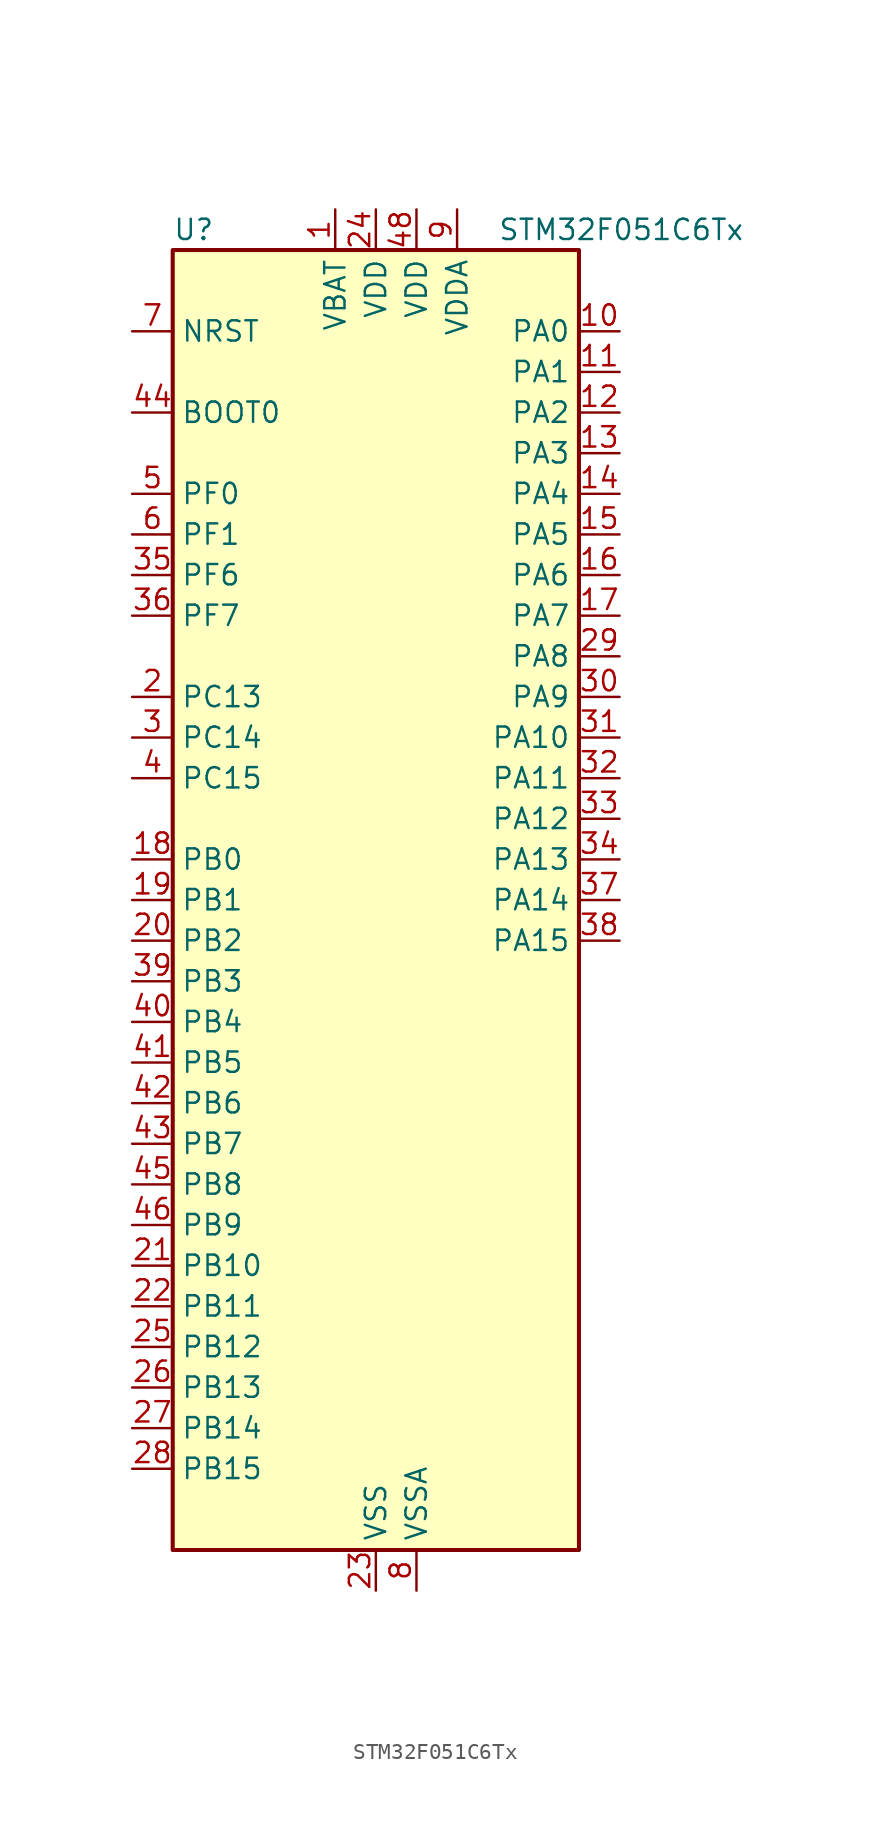
<source format=kicad_sym>
(kicad_symbol_lib
  (version 20241209)
  (generator "kicad_symbol_editor")
  (generator_version "9.0")
  (symbol "STM32F051C6Tx"
    (property "Reference" "U"
      (at -12.7 41.91 0)
      (effects (font (size 1.27 1.27)) (justify left)))
    (property "Value" "STM32F051C6Tx"
      (at 7.62 41.91 0)
      (effects (font (size 1.27 1.27)) (justify left)))
    (symbol "STM32F051C6Tx_0_1"
      (rectangle (start -12.7 -40.64) (end 12.7 40.64) (stroke (width 0.254) (type default)) (fill (type background))))
    (symbol "STM32F051C6Tx_1_1"
      (pin input line (at -15.24 35.56 0) (length 2.54) (name "NRST" (effects (font (size 1.27 1.27)))) (number "7" (effects (font (size 1.27 1.27)))))
      (pin input line (at -15.24 30.48 0) (length 2.54) (name "BOOT0" (effects (font (size 1.27 1.27)))) (number "44" (effects (font (size 1.27 1.27)))))
      (pin bidirectional line (at -15.24 25.4 0) (length 2.54) (name "PF0" (effects (font (size 1.27 1.27)))) (number "5" (effects (font (size 1.27 1.27)))) (alternate "RCC_OSC_IN" bidirectional line))
      (pin bidirectional line (at -15.24 22.86 0) (length 2.54) (name "PF1" (effects (font (size 1.27 1.27)))) (number "6" (effects (font (size 1.27 1.27)))) (alternate "RCC_OSC_OUT" bidirectional line))
      (pin bidirectional line (at -15.24 20.32 0) (length 2.54) (name "PF6" (effects (font (size 1.27 1.27)))) (number "35" (effects (font (size 1.27 1.27)))))
      (pin bidirectional line (at -15.24 17.78 0) (length 2.54) (name "PF7" (effects (font (size 1.27 1.27)))) (number "36" (effects (font (size 1.27 1.27)))))
      (pin bidirectional line (at -15.24 12.7 0) (length 2.54) (name "PC13" (effects (font (size 1.27 1.27)))) (number "2" (effects (font (size 1.27 1.27)))) (alternate "RTC_OUT_ALARM" bidirectional line) (alternate "RTC_OUT_CALIB" bidirectional line) (alternate "RTC_TAMP1" bidirectional line) (alternate "RTC_TS" bidirectional line) (alternate "SYS_WKUP2" bidirectional line))
      (pin bidirectional line (at -15.24 10.16 0) (length 2.54) (name "PC14" (effects (font (size 1.27 1.27)))) (number "3" (effects (font (size 1.27 1.27)))) (alternate "RCC_OSC32_IN" bidirectional line))
      (pin bidirectional line (at -15.24 7.62 0) (length 2.54) (name "PC15" (effects (font (size 1.27 1.27)))) (number "4" (effects (font (size 1.27 1.27)))) (alternate "RCC_OSC32_OUT" bidirectional line))
      (pin bidirectional line (at -15.24 2.54 0) (length 2.54) (name "PB0" (effects (font (size 1.27 1.27)))) (number "18" (effects (font (size 1.27 1.27)))) (alternate "ADC_IN8" bidirectional line) (alternate "TIM1_CH2N" bidirectional line) (alternate "TIM3_CH3" bidirectional line) (alternate "TSC_G3_IO2" bidirectional line))
      (pin bidirectional line (at -15.24 0 0) (length 2.54) (name "PB1" (effects (font (size 1.27 1.27)))) (number "19" (effects (font (size 1.27 1.27)))) (alternate "ADC_IN9" bidirectional line) (alternate "TIM14_CH1" bidirectional line) (alternate "TIM1_CH3N" bidirectional line) (alternate "TIM3_CH4" bidirectional line) (alternate "TSC_G3_IO3" bidirectional line))
      (pin bidirectional line (at -15.24 -2.54 0) (length 2.54) (name "PB2" (effects (font (size 1.27 1.27)))) (number "20" (effects (font (size 1.27 1.27)))) (alternate "TSC_G3_IO4" bidirectional line))
      (pin bidirectional line (at -15.24 -5.08 0) (length 2.54) (name "PB3" (effects (font (size 1.27 1.27)))) (number "39" (effects (font (size 1.27 1.27)))) (alternate "I2S1_CK" bidirectional line) (alternate "SPI1_SCK" bidirectional line) (alternate "TIM2_CH2" bidirectional line) (alternate "TSC_G5_IO1" bidirectional line))
      (pin bidirectional line (at -15.24 -7.62 0) (length 2.54) (name "PB4" (effects (font (size 1.27 1.27)))) (number "40" (effects (font (size 1.27 1.27)))) (alternate "I2S1_MCK" bidirectional line) (alternate "SPI1_MISO" bidirectional line) (alternate "TIM3_CH1" bidirectional line) (alternate "TSC_G5_IO2" bidirectional line))
      (pin bidirectional line (at -15.24 -10.16 0) (length 2.54) (name "PB5" (effects (font (size 1.27 1.27)))) (number "41" (effects (font (size 1.27 1.27)))) (alternate "I2C1_SMBA" bidirectional line) (alternate "I2S1_SD" bidirectional line) (alternate "SPI1_MOSI" bidirectional line) (alternate "TIM16_BKIN" bidirectional line) (alternate "TIM3_CH2" bidirectional line))
      (pin bidirectional line (at -15.24 -12.7 0) (length 2.54) (name "PB6" (effects (font (size 1.27 1.27)))) (number "42" (effects (font (size 1.27 1.27)))) (alternate "I2C1_SCL" bidirectional line) (alternate "TIM16_CH1N" bidirectional line) (alternate "TSC_G5_IO3" bidirectional line) (alternate "USART1_TX" bidirectional line))
      (pin bidirectional line (at -15.24 -15.24 0) (length 2.54) (name "PB7" (effects (font (size 1.27 1.27)))) (number "43" (effects (font (size 1.27 1.27)))) (alternate "I2C1_SDA" bidirectional line) (alternate "TIM17_CH1N" bidirectional line) (alternate "TSC_G5_IO4" bidirectional line) (alternate "USART1_RX" bidirectional line))
      (pin bidirectional line (at -15.24 -17.78 0) (length 2.54) (name "PB8" (effects (font (size 1.27 1.27)))) (number "45" (effects (font (size 1.27 1.27)))) (alternate "CEC" bidirectional line) (alternate "I2C1_SCL" bidirectional line) (alternate "TIM16_CH1" bidirectional line) (alternate "TSC_SYNC" bidirectional line))
      (pin bidirectional line (at -15.24 -20.32 0) (length 2.54) (name "PB9" (effects (font (size 1.27 1.27)))) (number "46" (effects (font (size 1.27 1.27)))) (alternate "DAC1_EXTI9" bidirectional line) (alternate "I2C1_SDA" bidirectional line) (alternate "IR_OUT" bidirectional line) (alternate "TIM17_CH1" bidirectional line))
      (pin bidirectional line (at -15.24 -22.86 0) (length 2.54) (name "PB10" (effects (font (size 1.27 1.27)))) (number "21" (effects (font (size 1.27 1.27)))) (alternate "CEC" bidirectional line) (alternate "TIM2_CH3" bidirectional line) (alternate "TSC_SYNC" bidirectional line))
      (pin bidirectional line (at -15.24 -25.4 0) (length 2.54) (name "PB11" (effects (font (size 1.27 1.27)))) (number "22" (effects (font (size 1.27 1.27)))) (alternate "TIM2_CH4" bidirectional line) (alternate "TSC_G6_IO1" bidirectional line))
      (pin bidirectional line (at -15.24 -27.94 0) (length 2.54) (name "PB12" (effects (font (size 1.27 1.27)))) (number "25" (effects (font (size 1.27 1.27)))) (alternate "TIM1_BKIN" bidirectional line) (alternate "TSC_G6_IO2" bidirectional line))
      (pin bidirectional line (at -15.24 -30.48 0) (length 2.54) (name "PB13" (effects (font (size 1.27 1.27)))) (number "26" (effects (font (size 1.27 1.27)))) (alternate "TIM1_CH1N" bidirectional line) (alternate "TSC_G6_IO3" bidirectional line))
      (pin bidirectional line (at -15.24 -33.02 0) (length 2.54) (name "PB14" (effects (font (size 1.27 1.27)))) (number "27" (effects (font (size 1.27 1.27)))) (alternate "TIM15_CH1" bidirectional line) (alternate "TIM1_CH2N" bidirectional line) (alternate "TSC_G6_IO4" bidirectional line))
      (pin bidirectional line (at -15.24 -35.56 0) (length 2.54) (name "PB15" (effects (font (size 1.27 1.27)))) (number "28" (effects (font (size 1.27 1.27)))) (alternate "RTC_REFIN" bidirectional line) (alternate "TIM15_CH1N" bidirectional line) (alternate "TIM15_CH2" bidirectional line) (alternate "TIM1_CH3N" bidirectional line))
      (pin power_in line (at -2.54 43.18 270) (length 2.54) (name "VBAT" (effects (font (size 1.27 1.27)))) (number "1" (effects (font (size 1.27 1.27)))))
      (pin power_in line (at 0 43.18 270) (length 2.54) (name "VDD" (effects (font (size 1.27 1.27)))) (number "24" (effects (font (size 1.27 1.27)))))
      (pin power_in line (at 0 -43.18 90) (length 2.54) (name "VSS" (effects (font (size 1.27 1.27)))) (number "23" (effects (font (size 1.27 1.27)))))
      (pin passive line (at 0 -43.18 90) (length 2.54) (hide yes) (name "VSS" (effects (font (size 1.27 1.27)))) (number "47" (effects (font (size 1.27 1.27)))))
      (pin power_in line (at 2.54 43.18 270) (length 2.54) (name "VDD" (effects (font (size 1.27 1.27)))) (number "48" (effects (font (size 1.27 1.27)))))
      (pin power_in line (at 2.54 -43.18 90) (length 2.54) (name "VSSA" (effects (font (size 1.27 1.27)))) (number "8" (effects (font (size 1.27 1.27)))))
      (pin power_in line (at 5.08 43.18 270) (length 2.54) (name "VDDA" (effects (font (size 1.27 1.27)))) (number "9" (effects (font (size 1.27 1.27)))))
      (pin bidirectional line (at 15.24 35.56 180) (length 2.54) (name "PA0" (effects (font (size 1.27 1.27)))) (number "10" (effects (font (size 1.27 1.27)))) (alternate "ADC_IN0" bidirectional line) (alternate "COMP1_INM" bidirectional line) (alternate "COMP1_OUT" bidirectional line) (alternate "RTC_TAMP2" bidirectional line) (alternate "SYS_WKUP1" bidirectional line) (alternate "TIM2_CH1" bidirectional line) (alternate "TIM2_ETR" bidirectional line) (alternate "TSC_G1_IO1" bidirectional line) (alternate "USART2_CTS" bidirectional line))
      (pin bidirectional line (at 15.24 33.02 180) (length 2.54) (name "PA1" (effects (font (size 1.27 1.27)))) (number "11" (effects (font (size 1.27 1.27)))) (alternate "ADC_IN1" bidirectional line) (alternate "COMP1_INP" bidirectional line) (alternate "TIM2_CH2" bidirectional line) (alternate "TSC_G1_IO2" bidirectional line) (alternate "USART2_DE" bidirectional line) (alternate "USART2_RTS" bidirectional line))
      (pin bidirectional line (at 15.24 30.48 180) (length 2.54) (name "PA2" (effects (font (size 1.27 1.27)))) (number "12" (effects (font (size 1.27 1.27)))) (alternate "ADC_IN2" bidirectional line) (alternate "COMP2_INM" bidirectional line) (alternate "COMP2_OUT" bidirectional line) (alternate "TIM15_CH1" bidirectional line) (alternate "TIM2_CH3" bidirectional line) (alternate "TSC_G1_IO3" bidirectional line) (alternate "USART2_TX" bidirectional line))
      (pin bidirectional line (at 15.24 27.94 180) (length 2.54) (name "PA3" (effects (font (size 1.27 1.27)))) (number "13" (effects (font (size 1.27 1.27)))) (alternate "ADC_IN3" bidirectional line) (alternate "COMP2_INP" bidirectional line) (alternate "TIM15_CH2" bidirectional line) (alternate "TIM2_CH4" bidirectional line) (alternate "TSC_G1_IO4" bidirectional line) (alternate "USART2_RX" bidirectional line))
      (pin bidirectional line (at 15.24 25.4 180) (length 2.54) (name "PA4" (effects (font (size 1.27 1.27)))) (number "14" (effects (font (size 1.27 1.27)))) (alternate "ADC_IN4" bidirectional line) (alternate "COMP1_INM" bidirectional line) (alternate "COMP2_INM" bidirectional line) (alternate "DAC1_OUT1" bidirectional line) (alternate "I2S1_WS" bidirectional line) (alternate "SPI1_NSS" bidirectional line) (alternate "TIM14_CH1" bidirectional line) (alternate "TSC_G2_IO1" bidirectional line) (alternate "USART2_CK" bidirectional line))
      (pin bidirectional line (at 15.24 22.86 180) (length 2.54) (name "PA5" (effects (font (size 1.27 1.27)))) (number "15" (effects (font (size 1.27 1.27)))) (alternate "ADC_IN5" bidirectional line) (alternate "CEC" bidirectional line) (alternate "COMP1_INM" bidirectional line) (alternate "COMP2_INM" bidirectional line) (alternate "I2S1_CK" bidirectional line) (alternate "SPI1_SCK" bidirectional line) (alternate "TIM2_CH1" bidirectional line) (alternate "TIM2_ETR" bidirectional line) (alternate "TSC_G2_IO2" bidirectional line))
      (pin bidirectional line (at 15.24 20.32 180) (length 2.54) (name "PA6" (effects (font (size 1.27 1.27)))) (number "16" (effects (font (size 1.27 1.27)))) (alternate "ADC_IN6" bidirectional line) (alternate "COMP1_OUT" bidirectional line) (alternate "I2S1_MCK" bidirectional line) (alternate "SPI1_MISO" bidirectional line) (alternate "TIM16_CH1" bidirectional line) (alternate "TIM1_BKIN" bidirectional line) (alternate "TIM3_CH1" bidirectional line) (alternate "TSC_G2_IO3" bidirectional line))
      (pin bidirectional line (at 15.24 17.78 180) (length 2.54) (name "PA7" (effects (font (size 1.27 1.27)))) (number "17" (effects (font (size 1.27 1.27)))) (alternate "ADC_IN7" bidirectional line) (alternate "COMP2_OUT" bidirectional line) (alternate "I2S1_SD" bidirectional line) (alternate "SPI1_MOSI" bidirectional line) (alternate "TIM14_CH1" bidirectional line) (alternate "TIM17_CH1" bidirectional line) (alternate "TIM1_CH1N" bidirectional line) (alternate "TIM3_CH2" bidirectional line) (alternate "TSC_G2_IO4" bidirectional line))
      (pin bidirectional line (at 15.24 15.24 180) (length 2.54) (name "PA8" (effects (font (size 1.27 1.27)))) (number "29" (effects (font (size 1.27 1.27)))) (alternate "RCC_MCO" bidirectional line) (alternate "TIM1_CH1" bidirectional line) (alternate "USART1_CK" bidirectional line))
      (pin bidirectional line (at 15.24 12.7 180) (length 2.54) (name "PA9" (effects (font (size 1.27 1.27)))) (number "30" (effects (font (size 1.27 1.27)))) (alternate "DAC1_EXTI9" bidirectional line) (alternate "TIM15_BKIN" bidirectional line) (alternate "TIM1_CH2" bidirectional line) (alternate "TSC_G4_IO1" bidirectional line) (alternate "USART1_TX" bidirectional line))
      (pin bidirectional line (at 15.24 10.16 180) (length 2.54) (name "PA10" (effects (font (size 1.27 1.27)))) (number "31" (effects (font (size 1.27 1.27)))) (alternate "TIM17_BKIN" bidirectional line) (alternate "TIM1_CH3" bidirectional line) (alternate "TSC_G4_IO2" bidirectional line) (alternate "USART1_RX" bidirectional line))
      (pin bidirectional line (at 15.24 7.62 180) (length 2.54) (name "PA11" (effects (font (size 1.27 1.27)))) (number "32" (effects (font (size 1.27 1.27)))) (alternate "COMP1_OUT" bidirectional line) (alternate "TIM1_CH4" bidirectional line) (alternate "TSC_G4_IO3" bidirectional line) (alternate "USART1_CTS" bidirectional line))
      (pin bidirectional line (at 15.24 5.08 180) (length 2.54) (name "PA12" (effects (font (size 1.27 1.27)))) (number "33" (effects (font (size 1.27 1.27)))) (alternate "COMP2_OUT" bidirectional line) (alternate "TIM1_ETR" bidirectional line) (alternate "TSC_G4_IO4" bidirectional line) (alternate "USART1_DE" bidirectional line) (alternate "USART1_RTS" bidirectional line))
      (pin bidirectional line (at 15.24 2.54 180) (length 2.54) (name "PA13" (effects (font (size 1.27 1.27)))) (number "34" (effects (font (size 1.27 1.27)))) (alternate "IR_OUT" bidirectional line) (alternate "SYS_SWDIO" bidirectional line))
      (pin bidirectional line (at 15.24 0 180) (length 2.54) (name "PA14" (effects (font (size 1.27 1.27)))) (number "37" (effects (font (size 1.27 1.27)))) (alternate "SYS_SWCLK" bidirectional line) (alternate "USART2_TX" bidirectional line))
      (pin bidirectional line (at 15.24 -2.54 180) (length 2.54) (name "PA15" (effects (font (size 1.27 1.27)))) (number "38" (effects (font (size 1.27 1.27)))) (alternate "I2S1_WS" bidirectional line) (alternate "SPI1_NSS" bidirectional line) (alternate "TIM2_CH1" bidirectional line) (alternate "TIM2_ETR" bidirectional line) (alternate "USART2_RX" bidirectional line)))))
</source>
